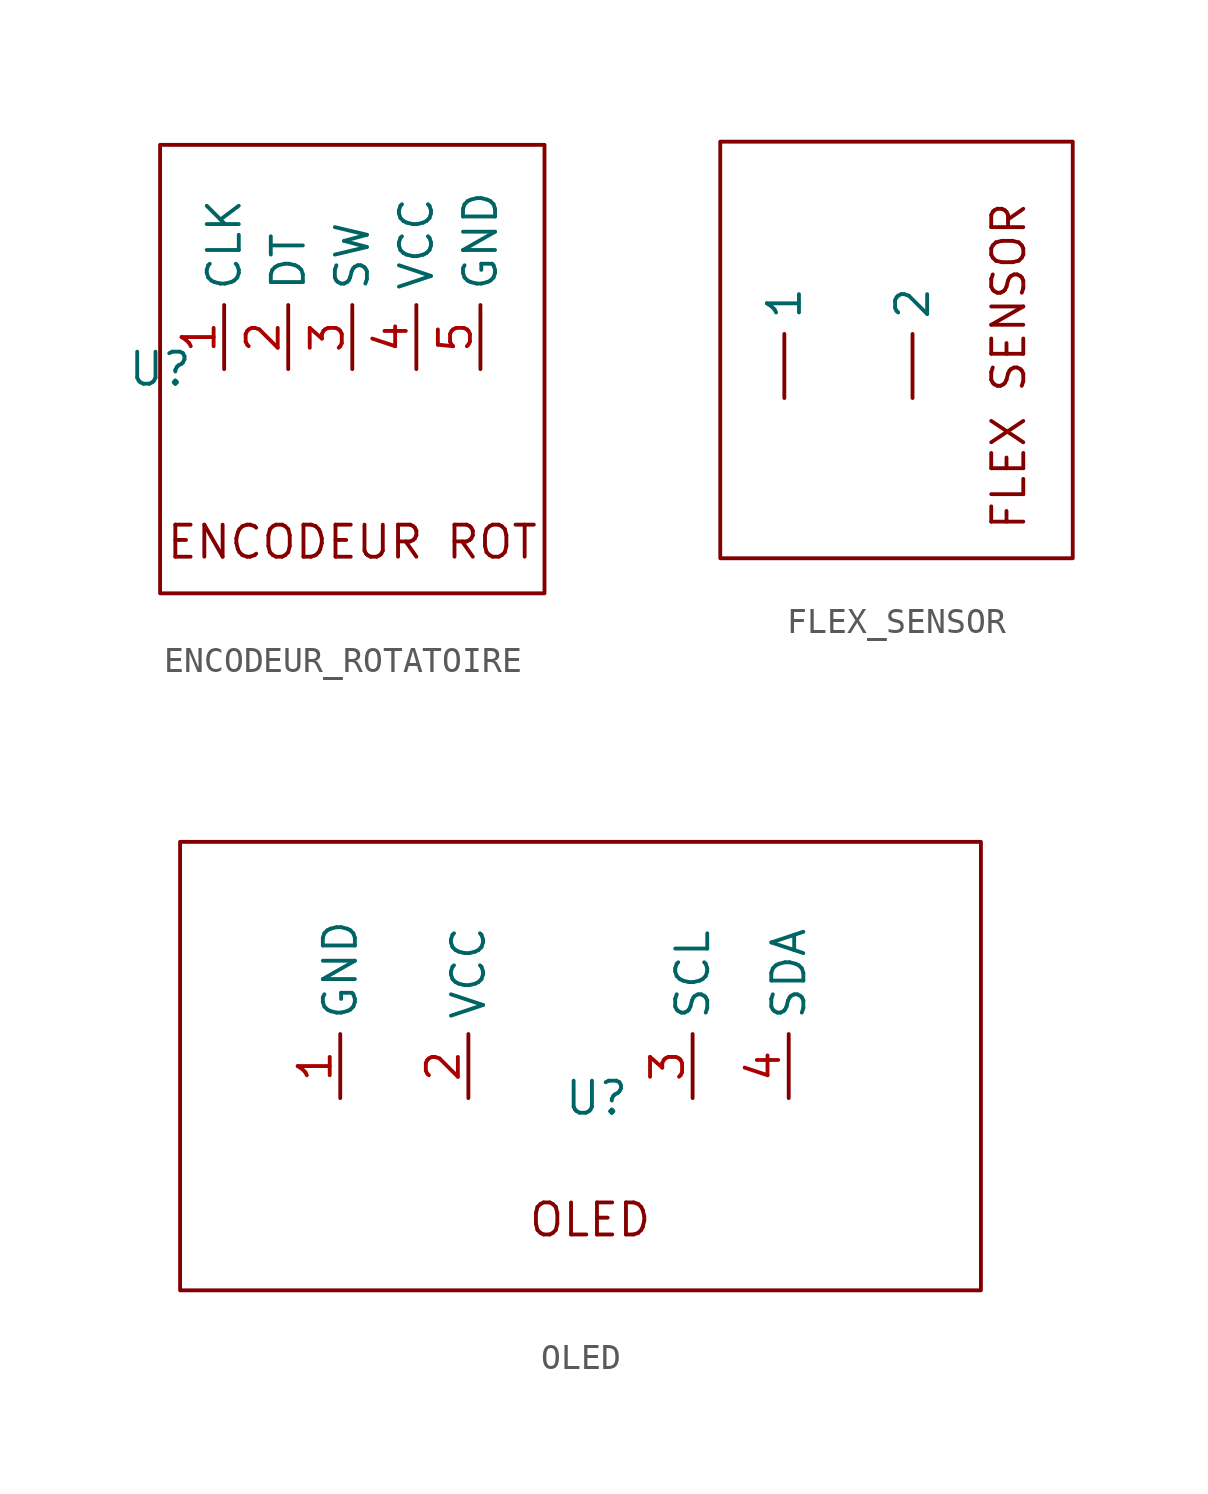
<source format=kicad_sym>
(kicad_symbol_lib
  (version 20241209)
  (generator "kicad_symbol_editor")
  (generator_version "9.0")
  (symbol "ENCODEUR_ROTATOIRE"
    (property "Reference" "U"
      (at 0 0 0)
      (effects (font (size 1.27 1.27))))
    (property "Value" ""
      (at 0 0 0)
      (effects (font (size 1.27 1.27))))
    (symbol "ENCODEUR_ROTATOIRE_0_1"
      (rectangle (start 0 8.89) (end 15.24 -8.89) (stroke (width 0) (type default)) (fill (type none))))
    (symbol "ENCODEUR_ROTATOIRE_1_1"
      (text "ENCODEUR ROT" (at 7.62 -6.858 0) (effects (font (size 1.27 1.27))))
      (pin input line (at 2.54 0 90) (length 2.54) (name "CLK" (effects (font (size 1.27 1.27)))) (number "1" (effects (font (size 1.27 1.27)))))
      (pin input line (at 5.08 0 90) (length 2.54) (name "DT" (effects (font (size 1.27 1.27)))) (number "2" (effects (font (size 1.27 1.27)))))
      (pin input line (at 7.62 0 90) (length 2.54) (name "SW" (effects (font (size 1.27 1.27)))) (number "3" (effects (font (size 1.27 1.27)))))
      (pin input line (at 10.16 0 90) (length 2.54) (name "VCC" (effects (font (size 1.27 1.27)))) (number "4" (effects (font (size 1.27 1.27)))))
      (pin input line (at 12.7 0 90) (length 2.54) (name "GND" (effects (font (size 1.27 1.27)))) (number "5" (effects (font (size 1.27 1.27)))))))
  (symbol "FLEX_SENSOR"
    (property "Reference" "U"
      (at 0 0 0)
      (effects (font (size 1.27 1.27)) (hide yes)))
    (property "Value" ""
      (at 0 0 0)
      (effects (font (size 1.27 1.27))))
    (symbol "FLEX_SENSOR_0_1"
      (rectangle (start -6.35 10.16) (end 7.62 -6.35) (stroke (width 0) (type default)) (fill (type none))))
    (symbol "FLEX_SENSOR_1_1"
      (text "FLEX SENSOR" (at 5.08 1.27 900) (effects (font (size 1.27 1.27))))
      (pin input line (at -3.81 0 90) (length 2.54) (name "1" (effects (font (size 1.27 1.27)))) (number "" (effects (font (size 1.27 1.27)))))
      (pin input line (at 1.27 0 90) (length 2.54) (name "2" (effects (font (size 1.27 1.27)))) (number "" (effects (font (size 1.27 1.27)))))))
  (symbol "OLED"
    (property "Reference" "U"
      (at 0 0 0)
      (effects (font (size 1.27 1.27))))
    (property "Value" ""
      (at 0 0 0)
      (effects (font (size 1.27 1.27))))
    (symbol "OLED_0_1"
      (rectangle (start -16.51 10.16) (end 15.24 -7.62) (stroke (width 0) (type default)) (fill (type none))))
    (symbol "OLED_1_1"
      (text "OLED" (at -0.254 -4.826 0) (effects (font (size 1.27 1.27))))
      (pin input line (at -10.16 0 90) (length 2.54) (name "GND" (effects (font (size 1.27 1.27)))) (number "1" (effects (font (size 1.27 1.27)))))
      (pin input line (at -5.08 0 90) (length 2.54) (name "VCC" (effects (font (size 1.27 1.27)))) (number "2" (effects (font (size 1.27 1.27)))))
      (pin input line (at 3.81 0 90) (length 2.54) (name "SCL" (effects (font (size 1.27 1.27)))) (number "3" (effects (font (size 1.27 1.27)))))
      (pin input line (at 7.62 0 90) (length 2.54) (name "SDA" (effects (font (size 1.27 1.27)))) (number "4" (effects (font (size 1.27 1.27))))))))
</source>
